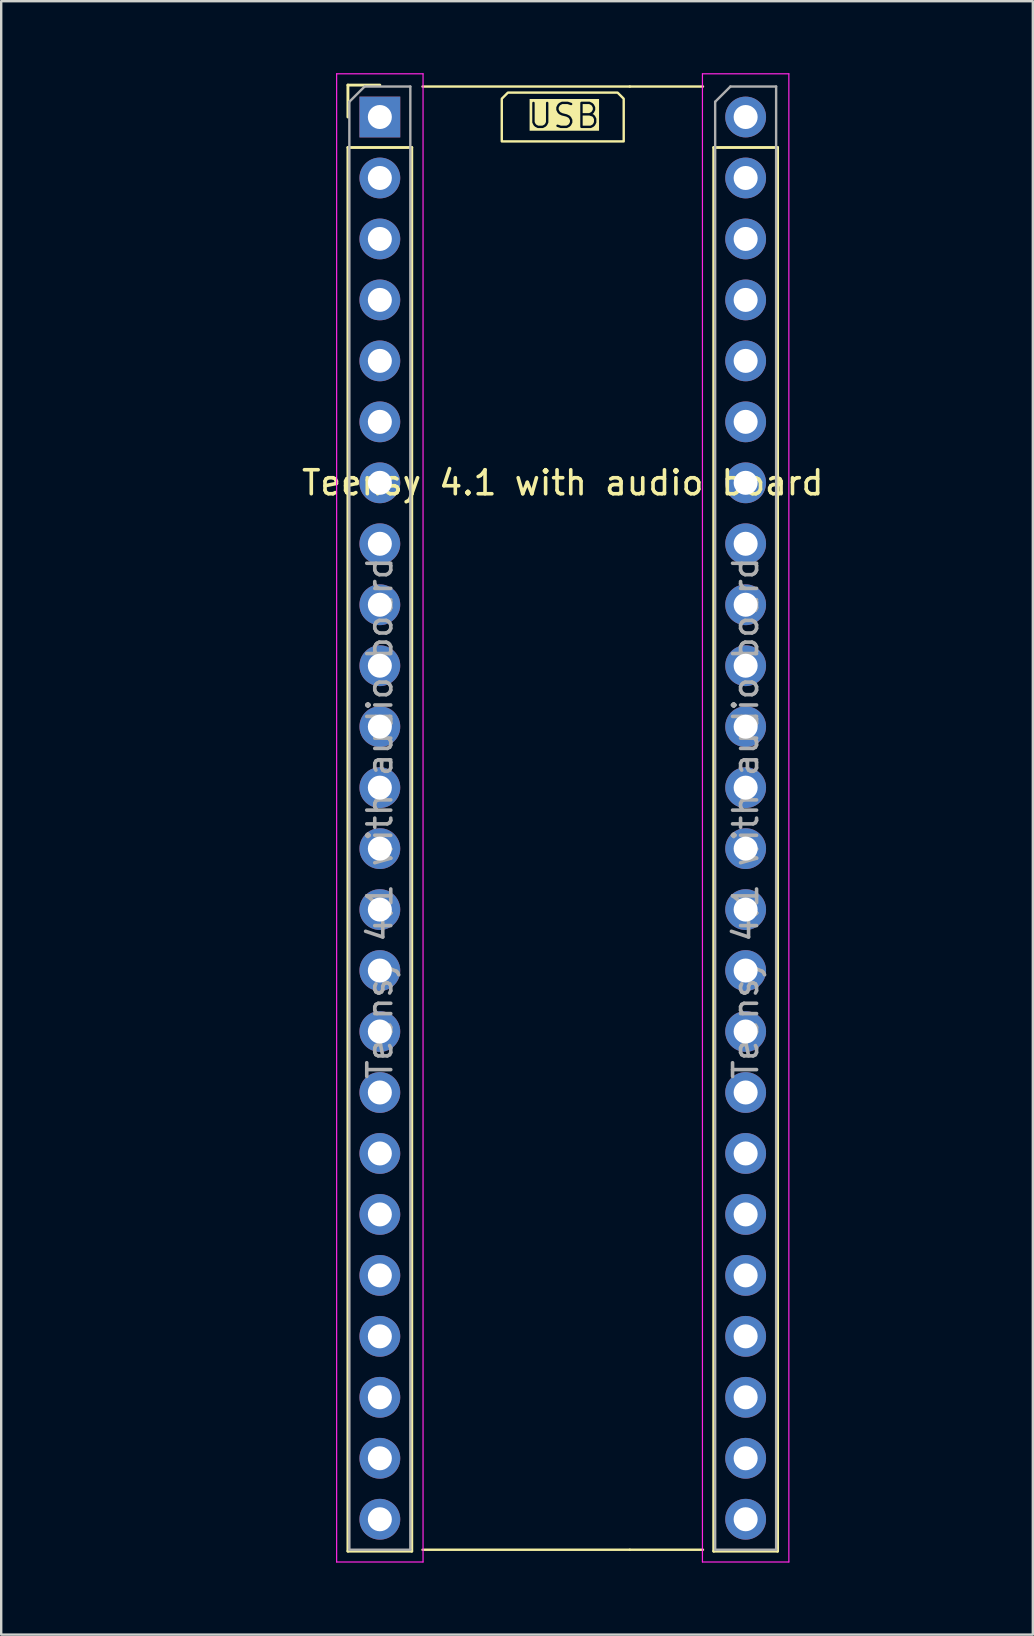
<source format=kicad_pcb>
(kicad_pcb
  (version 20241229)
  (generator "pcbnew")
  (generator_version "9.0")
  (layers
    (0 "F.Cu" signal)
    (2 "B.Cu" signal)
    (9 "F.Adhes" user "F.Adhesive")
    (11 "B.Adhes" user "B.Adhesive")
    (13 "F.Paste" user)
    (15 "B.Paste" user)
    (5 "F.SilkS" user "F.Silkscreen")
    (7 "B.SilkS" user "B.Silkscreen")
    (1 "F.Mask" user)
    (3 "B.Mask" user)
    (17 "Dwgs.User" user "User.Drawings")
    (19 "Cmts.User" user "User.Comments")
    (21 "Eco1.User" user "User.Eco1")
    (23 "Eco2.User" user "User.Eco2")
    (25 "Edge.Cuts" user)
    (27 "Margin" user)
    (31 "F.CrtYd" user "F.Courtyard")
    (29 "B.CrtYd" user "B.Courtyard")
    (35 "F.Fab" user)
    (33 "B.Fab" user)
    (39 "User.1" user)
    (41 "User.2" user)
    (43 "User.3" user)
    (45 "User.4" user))
  (footprint "Teensy 4.1 with audio board"
    (layer "F.Cu")
    (at 12.775 1.825)
    (property "Reference" "Teensy 4.1 with audio board" (at 7.62 15.24 0) (layer "F.SilkS") (effects (font (size 1 1) (thickness 0.15))))
    (attr through_hole)
    (fp_line (start -1.33 -1.33) (end 0 -1.33) (stroke (width 0.12) (type solid)) (layer "F.SilkS"))
    (fp_line (start -1.33 0) (end -1.33 -1.33) (stroke (width 0.12) (type solid)) (layer "F.SilkS"))
    (fp_line (start -1.33 1.27) (end -1.33 59.75) (stroke (width 0.12) (type solid)) (layer "F.SilkS"))
    (fp_line (start -1.33 1.27) (end 1.33 1.27) (stroke (width 0.12) (type solid)) (layer "F.SilkS"))
    (fp_line (start -1.33 59.75) (end 1.33 59.75) (stroke (width 0.12) (type solid)) (layer "F.SilkS"))
    (fp_line (start 1.33 1.27) (end 1.33 59.75) (stroke (width 0.12) (type solid)) (layer "F.SilkS"))
    (fp_line (start 1.778 -1.27) (end 10.414 -1.27) (stroke (width 0.1) (type default)) (layer "F.SilkS"))
    (fp_line (start 1.778 59.69) (end 10.414 59.69) (stroke (width 0.1) (type default)) (layer "F.SilkS"))
    (fp_line (start 10.414 -1.27) (end 13.462 -1.27) (stroke (width 0.1) (type default)) (layer "F.SilkS"))
    (fp_line (start 10.414 59.69) (end 13.462 59.69) (stroke (width 0.1) (type default)) (layer "F.SilkS"))
    (fp_line (start 13.91 1.27) (end 13.91 59.75) (stroke (width 0.12) (type solid)) (layer "F.SilkS"))
    (fp_line (start 13.91 1.27) (end 16.57 1.27) (stroke (width 0.12) (type solid)) (layer "F.SilkS"))
    (fp_line (start 13.91 59.75) (end 16.57 59.75) (stroke (width 0.12) (type solid)) (layer "F.SilkS"))
    (fp_line (start 16.57 1.27) (end 16.57 59.75) (stroke (width 0.12) (type solid)) (layer "F.SilkS"))
    (fp_poly (pts (xy 5.08 -0.762) (xy 5.334 -1.016) (xy 9.906 -1.016) (xy 10.16 -0.762) (xy 10.16 -0.254) (xy 10.16 1.016) (xy 5.08 1.016)) (stroke (width 0.1) (type solid)) (fill no) (layer "F.SilkS"))
    (fp_line (start -1.8 -1.8) (end -1.8 60.2) (stroke (width 0.05) (type solid)) (layer "F.CrtYd"))
    (fp_line (start -1.8 60.2) (end 1.8 60.2) (stroke (width 0.05) (type solid)) (layer "F.CrtYd"))
    (fp_line (start 1.8 -1.8) (end -1.8 -1.8) (stroke (width 0.05) (type solid)) (layer "F.CrtYd"))
    (fp_line (start 1.8 60.2) (end 1.8 -1.8) (stroke (width 0.05) (type solid)) (layer "F.CrtYd"))
    (fp_line (start 13.44 -1.8) (end 13.44 60.2) (stroke (width 0.05) (type solid)) (layer "F.CrtYd"))
    (fp_line (start 13.44 60.2) (end 17.04 60.2) (stroke (width 0.05) (type solid)) (layer "F.CrtYd"))
    (fp_line (start 17.04 -1.8) (end 13.44 -1.8) (stroke (width 0.05) (type solid)) (layer "F.CrtYd"))
    (fp_line (start 17.04 60.2) (end 17.04 -1.8) (stroke (width 0.05) (type solid)) (layer "F.CrtYd"))
    (fp_line (start -1.27 -0.635) (end -0.635 -1.27) (stroke (width 0.1) (type solid)) (layer "F.Fab"))
    (fp_line (start -1.27 59.69) (end -1.27 -0.635) (stroke (width 0.1) (type solid)) (layer "F.Fab"))
    (fp_line (start -0.635 -1.27) (end 1.27 -1.27) (stroke (width 0.1) (type solid)) (layer "F.Fab"))
    (fp_line (start 1.27 -1.27) (end 1.27 59.69) (stroke (width 0.1) (type solid)) (layer "F.Fab"))
    (fp_line (start 1.27 59.69) (end -1.27 59.69) (stroke (width 0.1) (type solid)) (layer "F.Fab"))
    (fp_line (start 13.97 -0.635) (end 14.605 -1.27) (stroke (width 0.1) (type solid)) (layer "F.Fab"))
    (fp_line (start 13.97 59.69) (end 13.97 -0.635) (stroke (width 0.1) (type solid)) (layer "F.Fab"))
    (fp_line (start 14.605 -1.27) (end 16.51 -1.27) (stroke (width 0.1) (type solid)) (layer "F.Fab"))
    (fp_line (start 16.51 -1.27) (end 16.51 59.69) (stroke (width 0.1) (type solid)) (layer "F.Fab"))
    (fp_line (start 16.51 59.69) (end 13.97 59.69) (stroke (width 0.1) (type solid)) (layer "F.Fab"))
    (fp_line (start -12.7 -1.27) (end 24.13 -1.27) (stroke (width 0.15) (type solid)) (layer "User.1"))
    (fp_line (start -12.7 34.29) (end -12.7 -1.27) (stroke (width 0.15) (type solid)) (layer "User.1"))
    (fp_line (start -10.554 14.059) (end -10.554 -1.267) (stroke (width 0.15) (type solid)) (layer "User.1"))
    (fp_line (start -4.564 -1.267) (end -4.564 14.059) (stroke (width 0.15) (type solid)) (layer "User.1"))
    (fp_line (start -4.564 14.059) (end -10.554 14.059) (stroke (width 0.15) (type solid)) (layer "User.1"))
    (fp_line (start -1.27 -1.27) (end -1.27 34.29) (stroke (width 0.15) (type solid)) (layer "User.1"))
    (fp_line (start 16.51 34.29) (end 16.51 -1.27) (stroke (width 0.15) (type solid)) (layer "User.1"))
    (fp_line (start 17.78 10.16) (end 17.78 15.24) (stroke (width 0.15) (type solid)) (layer "User.1"))
    (fp_line (start 17.78 15.24) (end 22.86 15.24) (stroke (width 0.15) (type solid)) (layer "User.1"))
    (fp_line (start 17.78 22.86) (end 17.78 15.24) (stroke (width 0.15) (type solid)) (layer "User.1"))
    (fp_line (start 22.86 10.16) (end 17.78 10.16) (stroke (width 0.15) (type solid)) (layer "User.1"))
    (fp_line (start 22.86 15.24) (end 22.86 10.16) (stroke (width 0.15) (type solid)) (layer "User.1"))
    (fp_line (start 22.86 15.24) (end 22.86 22.86) (stroke (width 0.15) (type solid)) (layer "User.1"))
    (fp_line (start 22.86 22.86) (end 17.78 22.86) (stroke (width 0.15) (type solid)) (layer "User.1"))
    (fp_line (start 24.13 -1.27) (end 24.13 34.29) (stroke (width 0.15) (type solid)) (layer "User.1"))
    (fp_line (start 24.13 34.29) (end -12.7 34.29) (stroke (width 0.15) (type solid)) (layer "User.1"))
    (fp_text user "USB" (at 6.096 0.539 0) (unlocked yes) (layer "F.SilkS" knockout) (effects (font (size 1 1) (thickness 0.1)) (justify left bottom)))
    (fp_text user "${REFERENCE}" (at 15.24 29.21 90) (layer "F.Fab") (effects (font (size 1 1) (thickness 0.15))))
    (fp_text user "${REFERENCE}" (at 0 29.21 90) (layer "F.Fab") (effects (font (size 1 1) (thickness 0.15))))
    (pad "1" thru_hole rect (at 0 0) (size 1.7 1.7) (drill 1) (layers "*.Cu" "*.Mask"))
    (pad "2" thru_hole oval (at 0 2.54) (size 1.7 1.7) (drill 1) (layers "*.Cu" "*.Mask"))
    (pad "3" thru_hole oval (at 0 5.08) (size 1.7 1.7) (drill 1) (layers "*.Cu" "*.Mask"))
    (pad "4" thru_hole oval (at 0 7.62) (size 1.7 1.7) (drill 1) (layers "*.Cu" "*.Mask"))
    (pad "5" thru_hole oval (at 0 10.16) (size 1.7 1.7) (drill 1) (layers "*.Cu" "*.Mask"))
    (pad "6" thru_hole oval (at 0 12.7) (size 1.7 1.7) (drill 1) (layers "*.Cu" "*.Mask"))
    (pad "7" thru_hole oval (at 0 15.24) (size 1.7 1.7) (drill 1) (layers "*.Cu" "*.Mask"))
    (pad "8" thru_hole oval (at 0 17.78) (size 1.7 1.7) (drill 1) (layers "*.Cu" "*.Mask"))
    (pad "9" thru_hole oval (at 0 20.32) (size 1.7 1.7) (drill 1) (layers "*.Cu" "*.Mask"))
    (pad "10" thru_hole oval (at 0 22.86) (size 1.7 1.7) (drill 1) (layers "*.Cu" "*.Mask"))
    (pad "11" thru_hole oval (at 0 25.4) (size 1.7 1.7) (drill 1) (layers "*.Cu" "*.Mask"))
    (pad "12" thru_hole oval (at 0 27.94) (size 1.7 1.7) (drill 1) (layers "*.Cu" "*.Mask"))
    (pad "13" thru_hole oval (at 0 30.48) (size 1.7 1.7) (drill 1) (layers "*.Cu" "*.Mask"))
    (pad "14" thru_hole oval (at 0 33.02) (size 1.7 1.7) (drill 1) (layers "*.Cu" "*.Mask"))
    (pad "15" thru_hole oval (at 0 35.56) (size 1.7 1.7) (drill 1) (layers "*.Cu" "*.Mask"))
    (pad "16" thru_hole oval (at 0 38.1) (size 1.7 1.7) (drill 1) (layers "*.Cu" "*.Mask"))
    (pad "17" thru_hole oval (at 0 40.64) (size 1.7 1.7) (drill 1) (layers "*.Cu" "*.Mask"))
    (pad "18" thru_hole oval (at 0 43.18) (size 1.7 1.7) (drill 1) (layers "*.Cu" "*.Mask"))
    (pad "19" thru_hole oval (at 0 45.72) (size 1.7 1.7) (drill 1) (layers "*.Cu" "*.Mask"))
    (pad "20" thru_hole oval (at 0 48.26) (size 1.7 1.7) (drill 1) (layers "*.Cu" "*.Mask"))
    (pad "21" thru_hole oval (at 0 50.8) (size 1.7 1.7) (drill 1) (layers "*.Cu" "*.Mask"))
    (pad "22" thru_hole oval (at 0 53.34) (size 1.7 1.7) (drill 1) (layers "*.Cu" "*.Mask"))
    (pad "23" thru_hole oval (at 0 55.88) (size 1.7 1.7) (drill 1) (layers "*.Cu" "*.Mask"))
    (pad "24" thru_hole oval (at 0 58.42) (size 1.7 1.7) (drill 1) (layers "*.Cu" "*.Mask"))
    (pad "25" thru_hole oval (at 15.24 58.42) (size 1.7 1.7) (drill 1) (layers "*.Cu" "*.Mask"))
    (pad "26" thru_hole oval (at 15.24 55.88) (size 1.7 1.7) (drill 1) (layers "*.Cu" "*.Mask"))
    (pad "27" thru_hole oval (at 15.24 53.34) (size 1.7 1.7) (drill 1) (layers "*.Cu" "*.Mask"))
    (pad "28" thru_hole oval (at 15.24 50.8) (size 1.7 1.7) (drill 1) (layers "*.Cu" "*.Mask"))
    (pad "29" thru_hole oval (at 15.24 48.26) (size 1.7 1.7) (drill 1) (layers "*.Cu" "*.Mask"))
    (pad "30" thru_hole oval (at 15.24 45.72) (size 1.7 1.7) (drill 1) (layers "*.Cu" "*.Mask"))
    (pad "31" thru_hole oval (at 15.24 43.18) (size 1.7 1.7) (drill 1) (layers "*.Cu" "*.Mask"))
    (pad "32" thru_hole oval (at 15.24 40.64) (size 1.7 1.7) (drill 1) (layers "*.Cu" "*.Mask"))
    (pad "33" thru_hole oval (at 15.24 38.1) (size 1.7 1.7) (drill 1) (layers "*.Cu" "*.Mask"))
    (pad "34" thru_hole oval (at 15.24 35.56) (size 1.7 1.7) (drill 1) (layers "*.Cu" "*.Mask"))
    (pad "35" thru_hole oval (at 15.24 33.02) (size 1.7 1.7) (drill 1) (layers "*.Cu" "*.Mask"))
    (pad "36" thru_hole oval (at 15.24 30.48) (size 1.7 1.7) (drill 1) (layers "*.Cu" "*.Mask"))
    (pad "37" thru_hole oval (at 15.24 27.94) (size 1.7 1.7) (drill 1) (layers "*.Cu" "*.Mask"))
    (pad "38" thru_hole oval (at 15.24 25.4) (size 1.7 1.7) (drill 1) (layers "*.Cu" "*.Mask"))
    (pad "39" thru_hole oval (at 15.24 22.86) (size 1.7 1.7) (drill 1) (layers "*.Cu" "*.Mask"))
    (pad "40" thru_hole oval (at 15.24 20.32) (size 1.7 1.7) (drill 1) (layers "*.Cu" "*.Mask"))
    (pad "41" thru_hole oval (at 15.24 17.78) (size 1.7 1.7) (drill 1) (layers "*.Cu" "*.Mask"))
    (pad "42" thru_hole oval (at 15.24 15.24) (size 1.7 1.7) (drill 1) (layers "*.Cu" "*.Mask"))
    (pad "43" thru_hole oval (at 15.24 12.7) (size 1.7 1.7) (drill 1) (layers "*.Cu" "*.Mask"))
    (pad "44" thru_hole oval (at 15.24 10.16) (size 1.7 1.7) (drill 1) (layers "*.Cu" "*.Mask"))
    (pad "45" thru_hole oval (at 15.24 7.62) (size 1.7 1.7) (drill 1) (layers "*.Cu" "*.Mask"))
    (pad "46" thru_hole oval (at 15.24 5.08) (size 1.7 1.7) (drill 1) (layers "*.Cu" "*.Mask"))
    (pad "47" thru_hole oval (at 15.24 2.54) (size 1.7 1.7) (drill 1) (layers "*.Cu" "*.Mask"))
    (pad "48" thru_hole circle (at 15.24 0) (size 1.7 1.7) (drill 1) (layers "*.Cu" "*.Mask")))
  (gr_rect
    (start -3 -3)
    (end 39.98 65.05)
    (stroke (width 0.1) (type default))
    (fill no)
    (layer "Edge.Cuts")))
</source>
